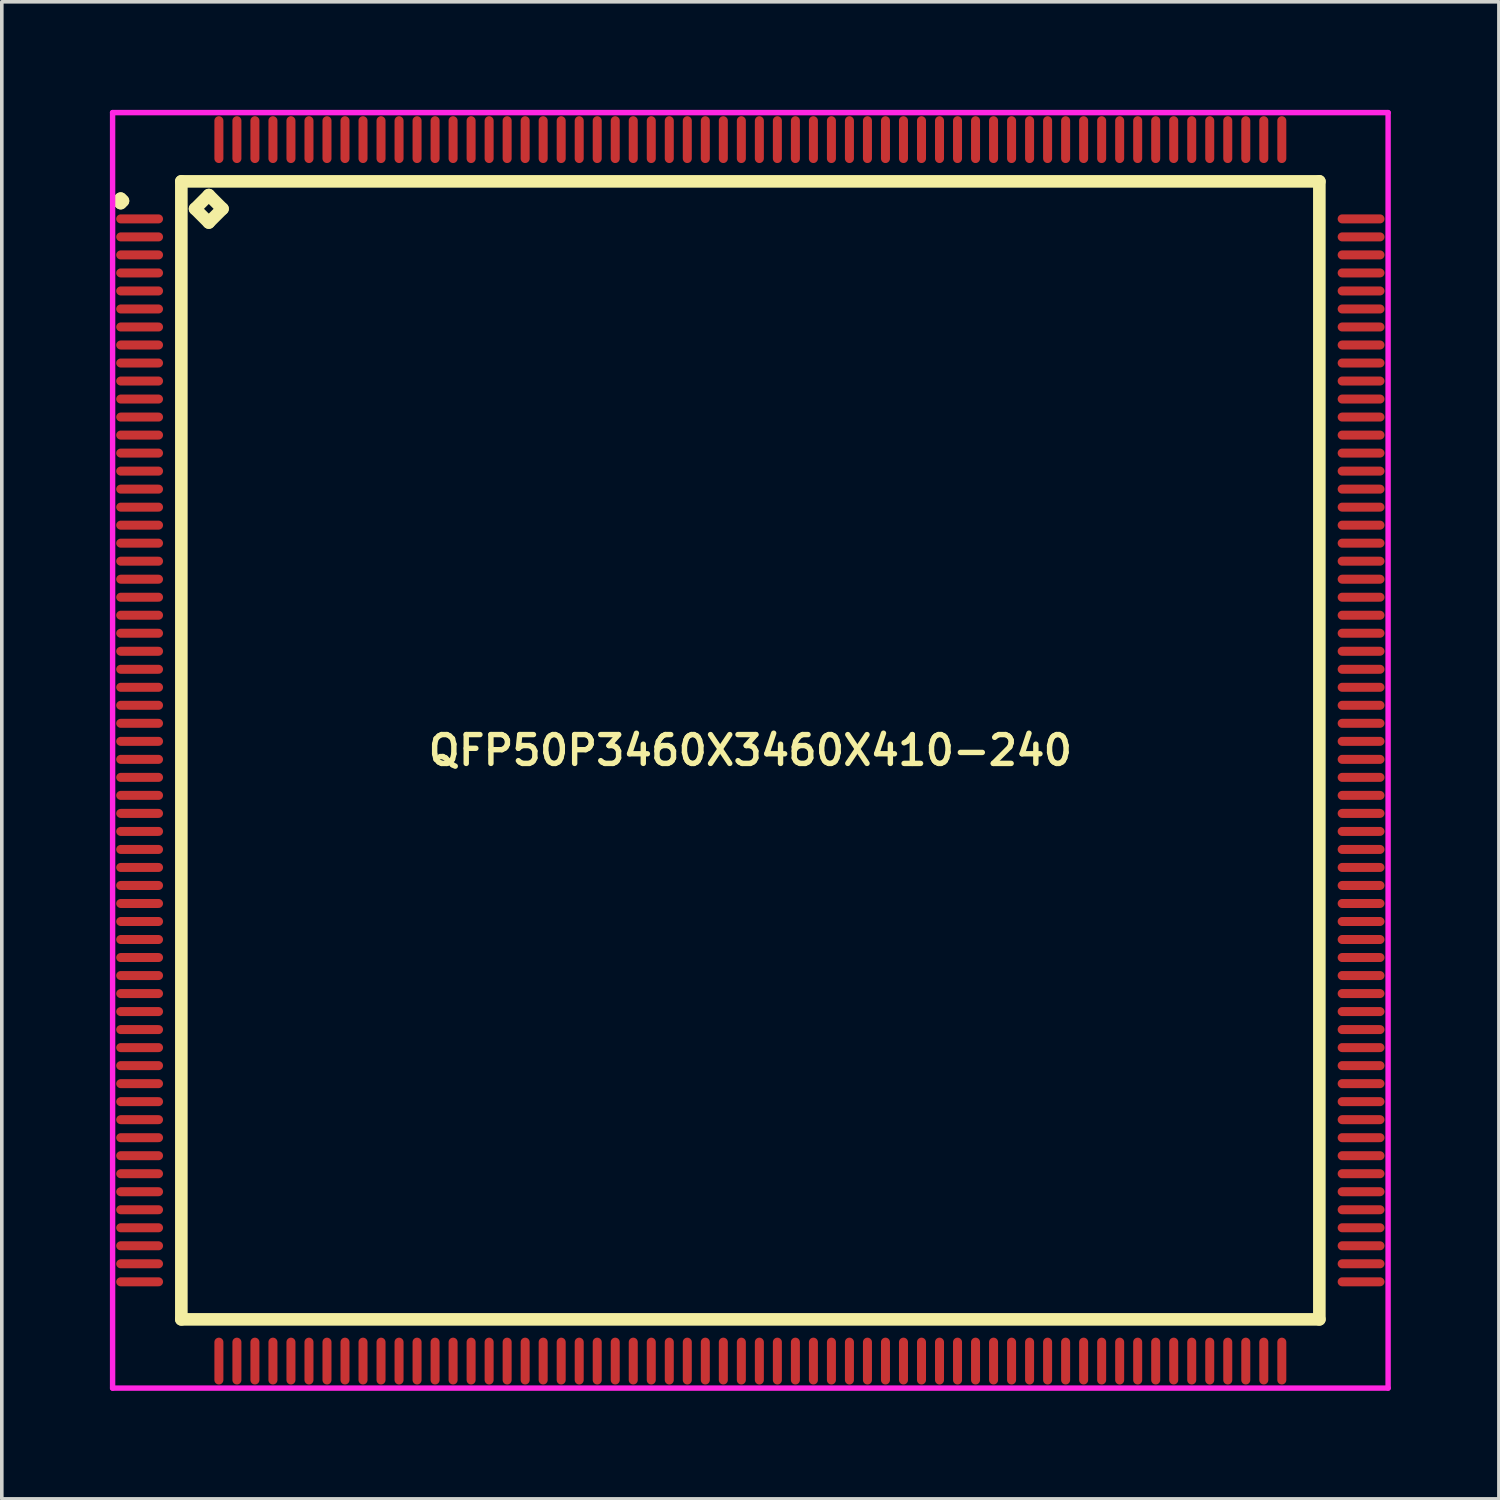
<source format=kicad_pcb>
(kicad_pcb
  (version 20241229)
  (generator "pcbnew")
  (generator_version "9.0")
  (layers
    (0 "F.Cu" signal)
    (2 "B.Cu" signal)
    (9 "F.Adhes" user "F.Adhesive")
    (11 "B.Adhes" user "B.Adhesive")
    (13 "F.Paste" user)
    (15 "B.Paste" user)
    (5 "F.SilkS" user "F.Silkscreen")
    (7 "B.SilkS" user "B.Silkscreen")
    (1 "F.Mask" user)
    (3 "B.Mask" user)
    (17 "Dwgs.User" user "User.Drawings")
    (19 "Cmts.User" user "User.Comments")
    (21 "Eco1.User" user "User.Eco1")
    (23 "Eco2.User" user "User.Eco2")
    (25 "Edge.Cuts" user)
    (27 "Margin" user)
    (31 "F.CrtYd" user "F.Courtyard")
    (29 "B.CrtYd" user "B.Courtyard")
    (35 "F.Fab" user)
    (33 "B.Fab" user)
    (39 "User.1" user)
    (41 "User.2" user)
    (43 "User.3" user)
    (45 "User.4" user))
  (footprint "QFP50P3460X3460X410-240"
    (layer "F.Cu")
    (at 17.775 17.775)
    (property "Reference" "QFP50P3460X3460X410-240" (at 0 0 0) (layer "F.SilkS") (effects (font (size 0.8 0.8) (thickness 0.15))))
    (attr smd)
    (fp_line (start -17.538 -15.25) (end -17.475 -15.312) (stroke (width 0.35) (type solid)) (layer "F.SilkS"))
    (fp_line (start -17.475 -15.312) (end -17.413 -15.25) (stroke (width 0.35) (type solid)) (layer "F.SilkS"))
    (fp_line (start -17.475 -15.188) (end -17.538 -15.25) (stroke (width 0.35) (type solid)) (layer "F.SilkS"))
    (fp_line (start -17.413 -15.25) (end -17.475 -15.188) (stroke (width 0.35) (type solid)) (layer "F.SilkS"))
    (fp_line (start -15.792 -15.792) (end -15.792 15.792) (stroke (width 0.35) (type solid)) (layer "F.SilkS"))
    (fp_line (start -15.792 15.792) (end 15.792 15.792) (stroke (width 0.35) (type solid)) (layer "F.SilkS"))
    (fp_line (start -15.411 -15.03) (end -15.03 -15.411) (stroke (width 0.35) (type solid)) (layer "F.SilkS"))
    (fp_line (start -15.03 -15.411) (end -14.649 -15.03) (stroke (width 0.35) (type solid)) (layer "F.SilkS"))
    (fp_line (start -15.03 -14.649) (end -15.411 -15.03) (stroke (width 0.35) (type solid)) (layer "F.SilkS"))
    (fp_line (start -14.649 -15.03) (end -15.03 -14.649) (stroke (width 0.35) (type solid)) (layer "F.SilkS"))
    (fp_line (start 15.792 -15.792) (end -15.792 -15.792) (stroke (width 0.35) (type solid)) (layer "F.SilkS"))
    (fp_line (start 15.792 15.792) (end 15.792 -15.792) (stroke (width 0.35) (type solid)) (layer "F.SilkS"))
    (fp_line (start -17.7 -17.7) (end 17.7 -17.7) (stroke (width 0.15) (type solid)) (layer "F.CrtYd"))
    (fp_line (start -17.7 17.7) (end -17.7 -17.7) (stroke (width 0.15) (type solid)) (layer "F.CrtYd"))
    (fp_line (start 17.7 -17.7) (end 17.7 17.7) (stroke (width 0.15) (type solid)) (layer "F.CrtYd"))
    (fp_line (start 17.7 17.7) (end -17.7 17.7) (stroke (width 0.15) (type solid)) (layer "F.CrtYd"))
    (pad "1" smd oval (at -16.95 -14.75) (size 1.3 0.25) (layers "F.Cu" "F.Mask" "F.Paste"))
    (pad "2" smd oval (at -16.95 -14.25) (size 1.3 0.25) (layers "F.Cu" "F.Mask" "F.Paste"))
    (pad "3" smd oval (at -16.95 -13.75) (size 1.3 0.25) (layers "F.Cu" "F.Mask" "F.Paste"))
    (pad "4" smd oval (at -16.95 -13.25) (size 1.3 0.25) (layers "F.Cu" "F.Mask" "F.Paste"))
    (pad "5" smd oval (at -16.95 -12.75) (size 1.3 0.25) (layers "F.Cu" "F.Mask" "F.Paste"))
    (pad "6" smd oval (at -16.95 -12.25) (size 1.3 0.25) (layers "F.Cu" "F.Mask" "F.Paste"))
    (pad "7" smd oval (at -16.95 -11.75) (size 1.3 0.25) (layers "F.Cu" "F.Mask" "F.Paste"))
    (pad "8" smd oval (at -16.95 -11.25) (size 1.3 0.25) (layers "F.Cu" "F.Mask" "F.Paste"))
    (pad "9" smd oval (at -16.95 -10.75) (size 1.3 0.25) (layers "F.Cu" "F.Mask" "F.Paste"))
    (pad "10" smd oval (at -16.95 -10.25) (size 1.3 0.25) (layers "F.Cu" "F.Mask" "F.Paste"))
    (pad "11" smd oval (at -16.95 -9.75) (size 1.3 0.25) (layers "F.Cu" "F.Mask" "F.Paste"))
    (pad "12" smd oval (at -16.95 -9.25) (size 1.3 0.25) (layers "F.Cu" "F.Mask" "F.Paste"))
    (pad "13" smd oval (at -16.95 -8.75) (size 1.3 0.25) (layers "F.Cu" "F.Mask" "F.Paste"))
    (pad "14" smd oval (at -16.95 -8.25) (size 1.3 0.25) (layers "F.Cu" "F.Mask" "F.Paste"))
    (pad "15" smd oval (at -16.95 -7.75) (size 1.3 0.25) (layers "F.Cu" "F.Mask" "F.Paste"))
    (pad "16" smd oval (at -16.95 -7.25) (size 1.3 0.25) (layers "F.Cu" "F.Mask" "F.Paste"))
    (pad "17" smd oval (at -16.95 -6.75) (size 1.3 0.25) (layers "F.Cu" "F.Mask" "F.Paste"))
    (pad "18" smd oval (at -16.95 -6.25) (size 1.3 0.25) (layers "F.Cu" "F.Mask" "F.Paste"))
    (pad "19" smd oval (at -16.95 -5.75) (size 1.3 0.25) (layers "F.Cu" "F.Mask" "F.Paste"))
    (pad "20" smd oval (at -16.95 -5.25) (size 1.3 0.25) (layers "F.Cu" "F.Mask" "F.Paste"))
    (pad "21" smd oval (at -16.95 -4.75) (size 1.3 0.25) (layers "F.Cu" "F.Mask" "F.Paste"))
    (pad "22" smd oval (at -16.95 -4.25) (size 1.3 0.25) (layers "F.Cu" "F.Mask" "F.Paste"))
    (pad "23" smd oval (at -16.95 -3.75) (size 1.3 0.25) (layers "F.Cu" "F.Mask" "F.Paste"))
    (pad "24" smd oval (at -16.95 -3.25) (size 1.3 0.25) (layers "F.Cu" "F.Mask" "F.Paste"))
    (pad "25" smd oval (at -16.95 -2.75) (size 1.3 0.25) (layers "F.Cu" "F.Mask" "F.Paste"))
    (pad "26" smd oval (at -16.95 -2.25) (size 1.3 0.25) (layers "F.Cu" "F.Mask" "F.Paste"))
    (pad "27" smd oval (at -16.95 -1.75) (size 1.3 0.25) (layers "F.Cu" "F.Mask" "F.Paste"))
    (pad "28" smd oval (at -16.95 -1.25) (size 1.3 0.25) (layers "F.Cu" "F.Mask" "F.Paste"))
    (pad "29" smd oval (at -16.95 -0.75) (size 1.3 0.25) (layers "F.Cu" "F.Mask" "F.Paste"))
    (pad "30" smd oval (at -16.95 -0.25) (size 1.3 0.25) (layers "F.Cu" "F.Mask" "F.Paste"))
    (pad "31" smd oval (at -16.95 0.25) (size 1.3 0.25) (layers "F.Cu" "F.Mask" "F.Paste"))
    (pad "32" smd oval (at -16.95 0.75) (size 1.3 0.25) (layers "F.Cu" "F.Mask" "F.Paste"))
    (pad "33" smd oval (at -16.95 1.25) (size 1.3 0.25) (layers "F.Cu" "F.Mask" "F.Paste"))
    (pad "34" smd oval (at -16.95 1.75) (size 1.3 0.25) (layers "F.Cu" "F.Mask" "F.Paste"))
    (pad "35" smd oval (at -16.95 2.25) (size 1.3 0.25) (layers "F.Cu" "F.Mask" "F.Paste"))
    (pad "36" smd oval (at -16.95 2.75) (size 1.3 0.25) (layers "F.Cu" "F.Mask" "F.Paste"))
    (pad "37" smd oval (at -16.95 3.25) (size 1.3 0.25) (layers "F.Cu" "F.Mask" "F.Paste"))
    (pad "38" smd oval (at -16.95 3.75) (size 1.3 0.25) (layers "F.Cu" "F.Mask" "F.Paste"))
    (pad "39" smd oval (at -16.95 4.25) (size 1.3 0.25) (layers "F.Cu" "F.Mask" "F.Paste"))
    (pad "40" smd oval (at -16.95 4.75) (size 1.3 0.25) (layers "F.Cu" "F.Mask" "F.Paste"))
    (pad "41" smd oval (at -16.95 5.25) (size 1.3 0.25) (layers "F.Cu" "F.Mask" "F.Paste"))
    (pad "42" smd oval (at -16.95 5.75) (size 1.3 0.25) (layers "F.Cu" "F.Mask" "F.Paste"))
    (pad "43" smd oval (at -16.95 6.25) (size 1.3 0.25) (layers "F.Cu" "F.Mask" "F.Paste"))
    (pad "44" smd oval (at -16.95 6.75) (size 1.3 0.25) (layers "F.Cu" "F.Mask" "F.Paste"))
    (pad "45" smd oval (at -16.95 7.25) (size 1.3 0.25) (layers "F.Cu" "F.Mask" "F.Paste"))
    (pad "46" smd oval (at -16.95 7.75) (size 1.3 0.25) (layers "F.Cu" "F.Mask" "F.Paste"))
    (pad "47" smd oval (at -16.95 8.25) (size 1.3 0.25) (layers "F.Cu" "F.Mask" "F.Paste"))
    (pad "48" smd oval (at -16.95 8.75) (size 1.3 0.25) (layers "F.Cu" "F.Mask" "F.Paste"))
    (pad "49" smd oval (at -16.95 9.25) (size 1.3 0.25) (layers "F.Cu" "F.Mask" "F.Paste"))
    (pad "50" smd oval (at -16.95 9.75) (size 1.3 0.25) (layers "F.Cu" "F.Mask" "F.Paste"))
    (pad "51" smd oval (at -16.95 10.25) (size 1.3 0.25) (layers "F.Cu" "F.Mask" "F.Paste"))
    (pad "52" smd oval (at -16.95 10.75) (size 1.3 0.25) (layers "F.Cu" "F.Mask" "F.Paste"))
    (pad "53" smd oval (at -16.95 11.25) (size 1.3 0.25) (layers "F.Cu" "F.Mask" "F.Paste"))
    (pad "54" smd oval (at -16.95 11.75) (size 1.3 0.25) (layers "F.Cu" "F.Mask" "F.Paste"))
    (pad "55" smd oval (at -16.95 12.25) (size 1.3 0.25) (layers "F.Cu" "F.Mask" "F.Paste"))
    (pad "56" smd oval (at -16.95 12.75) (size 1.3 0.25) (layers "F.Cu" "F.Mask" "F.Paste"))
    (pad "57" smd oval (at -16.95 13.25) (size 1.3 0.25) (layers "F.Cu" "F.Mask" "F.Paste"))
    (pad "58" smd oval (at -16.95 13.75) (size 1.3 0.25) (layers "F.Cu" "F.Mask" "F.Paste"))
    (pad "59" smd oval (at -16.95 14.25) (size 1.3 0.25) (layers "F.Cu" "F.Mask" "F.Paste"))
    (pad "60" smd oval (at -16.95 14.75) (size 1.3 0.25) (layers "F.Cu" "F.Mask" "F.Paste"))
    (pad "61" smd oval (at -14.75 16.95) (size 0.25 1.3) (layers "F.Cu" "F.Mask" "F.Paste"))
    (pad "62" smd oval (at -14.25 16.95) (size 0.25 1.3) (layers "F.Cu" "F.Mask" "F.Paste"))
    (pad "63" smd oval (at -13.75 16.95) (size 0.25 1.3) (layers "F.Cu" "F.Mask" "F.Paste"))
    (pad "64" smd oval (at -13.25 16.95) (size 0.25 1.3) (layers "F.Cu" "F.Mask" "F.Paste"))
    (pad "65" smd oval (at -12.75 16.95) (size 0.25 1.3) (layers "F.Cu" "F.Mask" "F.Paste"))
    (pad "66" smd oval (at -12.25 16.95) (size 0.25 1.3) (layers "F.Cu" "F.Mask" "F.Paste"))
    (pad "67" smd oval (at -11.75 16.95) (size 0.25 1.3) (layers "F.Cu" "F.Mask" "F.Paste"))
    (pad "68" smd oval (at -11.25 16.95) (size 0.25 1.3) (layers "F.Cu" "F.Mask" "F.Paste"))
    (pad "69" smd oval (at -10.75 16.95) (size 0.25 1.3) (layers "F.Cu" "F.Mask" "F.Paste"))
    (pad "70" smd oval (at -10.25 16.95) (size 0.25 1.3) (layers "F.Cu" "F.Mask" "F.Paste"))
    (pad "71" smd oval (at -9.75 16.95) (size 0.25 1.3) (layers "F.Cu" "F.Mask" "F.Paste"))
    (pad "72" smd oval (at -9.25 16.95) (size 0.25 1.3) (layers "F.Cu" "F.Mask" "F.Paste"))
    (pad "73" smd oval (at -8.75 16.95) (size 0.25 1.3) (layers "F.Cu" "F.Mask" "F.Paste"))
    (pad "74" smd oval (at -8.25 16.95) (size 0.25 1.3) (layers "F.Cu" "F.Mask" "F.Paste"))
    (pad "75" smd oval (at -7.75 16.95) (size 0.25 1.3) (layers "F.Cu" "F.Mask" "F.Paste"))
    (pad "76" smd oval (at -7.25 16.95) (size 0.25 1.3) (layers "F.Cu" "F.Mask" "F.Paste"))
    (pad "77" smd oval (at -6.75 16.95) (size 0.25 1.3) (layers "F.Cu" "F.Mask" "F.Paste"))
    (pad "78" smd oval (at -6.25 16.95) (size 0.25 1.3) (layers "F.Cu" "F.Mask" "F.Paste"))
    (pad "79" smd oval (at -5.75 16.95) (size 0.25 1.3) (layers "F.Cu" "F.Mask" "F.Paste"))
    (pad "80" smd oval (at -5.25 16.95) (size 0.25 1.3) (layers "F.Cu" "F.Mask" "F.Paste"))
    (pad "81" smd oval (at -4.75 16.95) (size 0.25 1.3) (layers "F.Cu" "F.Mask" "F.Paste"))
    (pad "82" smd oval (at -4.25 16.95) (size 0.25 1.3) (layers "F.Cu" "F.Mask" "F.Paste"))
    (pad "83" smd oval (at -3.75 16.95) (size 0.25 1.3) (layers "F.Cu" "F.Mask" "F.Paste"))
    (pad "84" smd oval (at -3.25 16.95) (size 0.25 1.3) (layers "F.Cu" "F.Mask" "F.Paste"))
    (pad "85" smd oval (at -2.75 16.95) (size 0.25 1.3) (layers "F.Cu" "F.Mask" "F.Paste"))
    (pad "86" smd oval (at -2.25 16.95) (size 0.25 1.3) (layers "F.Cu" "F.Mask" "F.Paste"))
    (pad "87" smd oval (at -1.75 16.95) (size 0.25 1.3) (layers "F.Cu" "F.Mask" "F.Paste"))
    (pad "88" smd oval (at -1.25 16.95) (size 0.25 1.3) (layers "F.Cu" "F.Mask" "F.Paste"))
    (pad "89" smd oval (at -0.75 16.95) (size 0.25 1.3) (layers "F.Cu" "F.Mask" "F.Paste"))
    (pad "90" smd oval (at -0.25 16.95) (size 0.25 1.3) (layers "F.Cu" "F.Mask" "F.Paste"))
    (pad "91" smd oval (at 0.25 16.95) (size 0.25 1.3) (layers "F.Cu" "F.Mask" "F.Paste"))
    (pad "92" smd oval (at 0.75 16.95) (size 0.25 1.3) (layers "F.Cu" "F.Mask" "F.Paste"))
    (pad "93" smd oval (at 1.25 16.95) (size 0.25 1.3) (layers "F.Cu" "F.Mask" "F.Paste"))
    (pad "94" smd oval (at 1.75 16.95) (size 0.25 1.3) (layers "F.Cu" "F.Mask" "F.Paste"))
    (pad "95" smd oval (at 2.25 16.95) (size 0.25 1.3) (layers "F.Cu" "F.Mask" "F.Paste"))
    (pad "96" smd oval (at 2.75 16.95) (size 0.25 1.3) (layers "F.Cu" "F.Mask" "F.Paste"))
    (pad "97" smd oval (at 3.25 16.95) (size 0.25 1.3) (layers "F.Cu" "F.Mask" "F.Paste"))
    (pad "98" smd oval (at 3.75 16.95) (size 0.25 1.3) (layers "F.Cu" "F.Mask" "F.Paste"))
    (pad "99" smd oval (at 4.25 16.95) (size 0.25 1.3) (layers "F.Cu" "F.Mask" "F.Paste"))
    (pad "100" smd oval (at 4.75 16.95) (size 0.25 1.3) (layers "F.Cu" "F.Mask" "F.Paste"))
    (pad "101" smd oval (at 5.25 16.95) (size 0.25 1.3) (layers "F.Cu" "F.Mask" "F.Paste"))
    (pad "102" smd oval (at 5.75 16.95) (size 0.25 1.3) (layers "F.Cu" "F.Mask" "F.Paste"))
    (pad "103" smd oval (at 6.25 16.95) (size 0.25 1.3) (layers "F.Cu" "F.Mask" "F.Paste"))
    (pad "104" smd oval (at 6.75 16.95) (size 0.25 1.3) (layers "F.Cu" "F.Mask" "F.Paste"))
    (pad "105" smd oval (at 7.25 16.95) (size 0.25 1.3) (layers "F.Cu" "F.Mask" "F.Paste"))
    (pad "106" smd oval (at 7.75 16.95) (size 0.25 1.3) (layers "F.Cu" "F.Mask" "F.Paste"))
    (pad "107" smd oval (at 8.25 16.95) (size 0.25 1.3) (layers "F.Cu" "F.Mask" "F.Paste"))
    (pad "108" smd oval (at 8.75 16.95) (size 0.25 1.3) (layers "F.Cu" "F.Mask" "F.Paste"))
    (pad "109" smd oval (at 9.25 16.95) (size 0.25 1.3) (layers "F.Cu" "F.Mask" "F.Paste"))
    (pad "110" smd oval (at 9.75 16.95) (size 0.25 1.3) (layers "F.Cu" "F.Mask" "F.Paste"))
    (pad "111" smd oval (at 10.25 16.95) (size 0.25 1.3) (layers "F.Cu" "F.Mask" "F.Paste"))
    (pad "112" smd oval (at 10.75 16.95) (size 0.25 1.3) (layers "F.Cu" "F.Mask" "F.Paste"))
    (pad "113" smd oval (at 11.25 16.95) (size 0.25 1.3) (layers "F.Cu" "F.Mask" "F.Paste"))
    (pad "114" smd oval (at 11.75 16.95) (size 0.25 1.3) (layers "F.Cu" "F.Mask" "F.Paste"))
    (pad "115" smd oval (at 12.25 16.95) (size 0.25 1.3) (layers "F.Cu" "F.Mask" "F.Paste"))
    (pad "116" smd oval (at 12.75 16.95) (size 0.25 1.3) (layers "F.Cu" "F.Mask" "F.Paste"))
    (pad "117" smd oval (at 13.25 16.95) (size 0.25 1.3) (layers "F.Cu" "F.Mask" "F.Paste"))
    (pad "118" smd oval (at 13.75 16.95) (size 0.25 1.3) (layers "F.Cu" "F.Mask" "F.Paste"))
    (pad "119" smd oval (at 14.25 16.95) (size 0.25 1.3) (layers "F.Cu" "F.Mask" "F.Paste"))
    (pad "120" smd oval (at 14.75 16.95) (size 0.25 1.3) (layers "F.Cu" "F.Mask" "F.Paste"))
    (pad "121" smd oval (at 16.95 14.75) (size 1.3 0.25) (layers "F.Cu" "F.Mask" "F.Paste"))
    (pad "122" smd oval (at 16.95 14.25) (size 1.3 0.25) (layers "F.Cu" "F.Mask" "F.Paste"))
    (pad "123" smd oval (at 16.95 13.75) (size 1.3 0.25) (layers "F.Cu" "F.Mask" "F.Paste"))
    (pad "124" smd oval (at 16.95 13.25) (size 1.3 0.25) (layers "F.Cu" "F.Mask" "F.Paste"))
    (pad "125" smd oval (at 16.95 12.75) (size 1.3 0.25) (layers "F.Cu" "F.Mask" "F.Paste"))
    (pad "126" smd oval (at 16.95 12.25) (size 1.3 0.25) (layers "F.Cu" "F.Mask" "F.Paste"))
    (pad "127" smd oval (at 16.95 11.75) (size 1.3 0.25) (layers "F.Cu" "F.Mask" "F.Paste"))
    (pad "128" smd oval (at 16.95 11.25) (size 1.3 0.25) (layers "F.Cu" "F.Mask" "F.Paste"))
    (pad "129" smd oval (at 16.95 10.75) (size 1.3 0.25) (layers "F.Cu" "F.Mask" "F.Paste"))
    (pad "130" smd oval (at 16.95 10.25) (size 1.3 0.25) (layers "F.Cu" "F.Mask" "F.Paste"))
    (pad "131" smd oval (at 16.95 9.75) (size 1.3 0.25) (layers "F.Cu" "F.Mask" "F.Paste"))
    (pad "132" smd oval (at 16.95 9.25) (size 1.3 0.25) (layers "F.Cu" "F.Mask" "F.Paste"))
    (pad "133" smd oval (at 16.95 8.75) (size 1.3 0.25) (layers "F.Cu" "F.Mask" "F.Paste"))
    (pad "134" smd oval (at 16.95 8.25) (size 1.3 0.25) (layers "F.Cu" "F.Mask" "F.Paste"))
    (pad "135" smd oval (at 16.95 7.75) (size 1.3 0.25) (layers "F.Cu" "F.Mask" "F.Paste"))
    (pad "136" smd oval (at 16.95 7.25) (size 1.3 0.25) (layers "F.Cu" "F.Mask" "F.Paste"))
    (pad "137" smd oval (at 16.95 6.75) (size 1.3 0.25) (layers "F.Cu" "F.Mask" "F.Paste"))
    (pad "138" smd oval (at 16.95 6.25) (size 1.3 0.25) (layers "F.Cu" "F.Mask" "F.Paste"))
    (pad "139" smd oval (at 16.95 5.75) (size 1.3 0.25) (layers "F.Cu" "F.Mask" "F.Paste"))
    (pad "140" smd oval (at 16.95 5.25) (size 1.3 0.25) (layers "F.Cu" "F.Mask" "F.Paste"))
    (pad "141" smd oval (at 16.95 4.75) (size 1.3 0.25) (layers "F.Cu" "F.Mask" "F.Paste"))
    (pad "142" smd oval (at 16.95 4.25) (size 1.3 0.25) (layers "F.Cu" "F.Mask" "F.Paste"))
    (pad "143" smd oval (at 16.95 3.75) (size 1.3 0.25) (layers "F.Cu" "F.Mask" "F.Paste"))
    (pad "144" smd oval (at 16.95 3.25) (size 1.3 0.25) (layers "F.Cu" "F.Mask" "F.Paste"))
    (pad "145" smd oval (at 16.95 2.75) (size 1.3 0.25) (layers "F.Cu" "F.Mask" "F.Paste"))
    (pad "146" smd oval (at 16.95 2.25) (size 1.3 0.25) (layers "F.Cu" "F.Mask" "F.Paste"))
    (pad "147" smd oval (at 16.95 1.75) (size 1.3 0.25) (layers "F.Cu" "F.Mask" "F.Paste"))
    (pad "148" smd oval (at 16.95 1.25) (size 1.3 0.25) (layers "F.Cu" "F.Mask" "F.Paste"))
    (pad "149" smd oval (at 16.95 0.75) (size 1.3 0.25) (layers "F.Cu" "F.Mask" "F.Paste"))
    (pad "150" smd oval (at 16.95 0.25) (size 1.3 0.25) (layers "F.Cu" "F.Mask" "F.Paste"))
    (pad "151" smd oval (at 16.95 -0.25) (size 1.3 0.25) (layers "F.Cu" "F.Mask" "F.Paste"))
    (pad "152" smd oval (at 16.95 -0.75) (size 1.3 0.25) (layers "F.Cu" "F.Mask" "F.Paste"))
    (pad "153" smd oval (at 16.95 -1.25) (size 1.3 0.25) (layers "F.Cu" "F.Mask" "F.Paste"))
    (pad "154" smd oval (at 16.95 -1.75) (size 1.3 0.25) (layers "F.Cu" "F.Mask" "F.Paste"))
    (pad "155" smd oval (at 16.95 -2.25) (size 1.3 0.25) (layers "F.Cu" "F.Mask" "F.Paste"))
    (pad "156" smd oval (at 16.95 -2.75) (size 1.3 0.25) (layers "F.Cu" "F.Mask" "F.Paste"))
    (pad "157" smd oval (at 16.95 -3.25) (size 1.3 0.25) (layers "F.Cu" "F.Mask" "F.Paste"))
    (pad "158" smd oval (at 16.95 -3.75) (size 1.3 0.25) (layers "F.Cu" "F.Mask" "F.Paste"))
    (pad "159" smd oval (at 16.95 -4.25) (size 1.3 0.25) (layers "F.Cu" "F.Mask" "F.Paste"))
    (pad "160" smd oval (at 16.95 -4.75) (size 1.3 0.25) (layers "F.Cu" "F.Mask" "F.Paste"))
    (pad "161" smd oval (at 16.95 -5.25) (size 1.3 0.25) (layers "F.Cu" "F.Mask" "F.Paste"))
    (pad "162" smd oval (at 16.95 -5.75) (size 1.3 0.25) (layers "F.Cu" "F.Mask" "F.Paste"))
    (pad "163" smd oval (at 16.95 -6.25) (size 1.3 0.25) (layers "F.Cu" "F.Mask" "F.Paste"))
    (pad "164" smd oval (at 16.95 -6.75) (size 1.3 0.25) (layers "F.Cu" "F.Mask" "F.Paste"))
    (pad "165" smd oval (at 16.95 -7.25) (size 1.3 0.25) (layers "F.Cu" "F.Mask" "F.Paste"))
    (pad "166" smd oval (at 16.95 -7.75) (size 1.3 0.25) (layers "F.Cu" "F.Mask" "F.Paste"))
    (pad "167" smd oval (at 16.95 -8.25) (size 1.3 0.25) (layers "F.Cu" "F.Mask" "F.Paste"))
    (pad "168" smd oval (at 16.95 -8.75) (size 1.3 0.25) (layers "F.Cu" "F.Mask" "F.Paste"))
    (pad "169" smd oval (at 16.95 -9.25) (size 1.3 0.25) (layers "F.Cu" "F.Mask" "F.Paste"))
    (pad "170" smd oval (at 16.95 -9.75) (size 1.3 0.25) (layers "F.Cu" "F.Mask" "F.Paste"))
    (pad "171" smd oval (at 16.95 -10.25) (size 1.3 0.25) (layers "F.Cu" "F.Mask" "F.Paste"))
    (pad "172" smd oval (at 16.95 -10.75) (size 1.3 0.25) (layers "F.Cu" "F.Mask" "F.Paste"))
    (pad "173" smd oval (at 16.95 -11.25) (size 1.3 0.25) (layers "F.Cu" "F.Mask" "F.Paste"))
    (pad "174" smd oval (at 16.95 -11.75) (size 1.3 0.25) (layers "F.Cu" "F.Mask" "F.Paste"))
    (pad "175" smd oval (at 16.95 -12.25) (size 1.3 0.25) (layers "F.Cu" "F.Mask" "F.Paste"))
    (pad "176" smd oval (at 16.95 -12.75) (size 1.3 0.25) (layers "F.Cu" "F.Mask" "F.Paste"))
    (pad "177" smd oval (at 16.95 -13.25) (size 1.3 0.25) (layers "F.Cu" "F.Mask" "F.Paste"))
    (pad "178" smd oval (at 16.95 -13.75) (size 1.3 0.25) (layers "F.Cu" "F.Mask" "F.Paste"))
    (pad "179" smd oval (at 16.95 -14.25) (size 1.3 0.25) (layers "F.Cu" "F.Mask" "F.Paste"))
    (pad "180" smd oval (at 16.95 -14.75) (size 1.3 0.25) (layers "F.Cu" "F.Mask" "F.Paste"))
    (pad "181" smd oval (at 14.75 -16.95) (size 0.25 1.3) (layers "F.Cu" "F.Mask" "F.Paste"))
    (pad "182" smd oval (at 14.25 -16.95) (size 0.25 1.3) (layers "F.Cu" "F.Mask" "F.Paste"))
    (pad "183" smd oval (at 13.75 -16.95) (size 0.25 1.3) (layers "F.Cu" "F.Mask" "F.Paste"))
    (pad "184" smd oval (at 13.25 -16.95) (size 0.25 1.3) (layers "F.Cu" "F.Mask" "F.Paste"))
    (pad "185" smd oval (at 12.75 -16.95) (size 0.25 1.3) (layers "F.Cu" "F.Mask" "F.Paste"))
    (pad "186" smd oval (at 12.25 -16.95) (size 0.25 1.3) (layers "F.Cu" "F.Mask" "F.Paste"))
    (pad "187" smd oval (at 11.75 -16.95) (size 0.25 1.3) (layers "F.Cu" "F.Mask" "F.Paste"))
    (pad "188" smd oval (at 11.25 -16.95) (size 0.25 1.3) (layers "F.Cu" "F.Mask" "F.Paste"))
    (pad "189" smd oval (at 10.75 -16.95) (size 0.25 1.3) (layers "F.Cu" "F.Mask" "F.Paste"))
    (pad "190" smd oval (at 10.25 -16.95) (size 0.25 1.3) (layers "F.Cu" "F.Mask" "F.Paste"))
    (pad "191" smd oval (at 9.75 -16.95) (size 0.25 1.3) (layers "F.Cu" "F.Mask" "F.Paste"))
    (pad "192" smd oval (at 9.25 -16.95) (size 0.25 1.3) (layers "F.Cu" "F.Mask" "F.Paste"))
    (pad "193" smd oval (at 8.75 -16.95) (size 0.25 1.3) (layers "F.Cu" "F.Mask" "F.Paste"))
    (pad "194" smd oval (at 8.25 -16.95) (size 0.25 1.3) (layers "F.Cu" "F.Mask" "F.Paste"))
    (pad "195" smd oval (at 7.75 -16.95) (size 0.25 1.3) (layers "F.Cu" "F.Mask" "F.Paste"))
    (pad "196" smd oval (at 7.25 -16.95) (size 0.25 1.3) (layers "F.Cu" "F.Mask" "F.Paste"))
    (pad "197" smd oval (at 6.75 -16.95) (size 0.25 1.3) (layers "F.Cu" "F.Mask" "F.Paste"))
    (pad "198" smd oval (at 6.25 -16.95) (size 0.25 1.3) (layers "F.Cu" "F.Mask" "F.Paste"))
    (pad "199" smd oval (at 5.75 -16.95) (size 0.25 1.3) (layers "F.Cu" "F.Mask" "F.Paste"))
    (pad "200" smd oval (at 5.25 -16.95) (size 0.25 1.3) (layers "F.Cu" "F.Mask" "F.Paste"))
    (pad "201" smd oval (at 4.75 -16.95) (size 0.25 1.3) (layers "F.Cu" "F.Mask" "F.Paste"))
    (pad "202" smd oval (at 4.25 -16.95) (size 0.25 1.3) (layers "F.Cu" "F.Mask" "F.Paste"))
    (pad "203" smd oval (at 3.75 -16.95) (size 0.25 1.3) (layers "F.Cu" "F.Mask" "F.Paste"))
    (pad "204" smd oval (at 3.25 -16.95) (size 0.25 1.3) (layers "F.Cu" "F.Mask" "F.Paste"))
    (pad "205" smd oval (at 2.75 -16.95) (size 0.25 1.3) (layers "F.Cu" "F.Mask" "F.Paste"))
    (pad "206" smd oval (at 2.25 -16.95) (size 0.25 1.3) (layers "F.Cu" "F.Mask" "F.Paste"))
    (pad "207" smd oval (at 1.75 -16.95) (size 0.25 1.3) (layers "F.Cu" "F.Mask" "F.Paste"))
    (pad "208" smd oval (at 1.25 -16.95) (size 0.25 1.3) (layers "F.Cu" "F.Mask" "F.Paste"))
    (pad "209" smd oval (at 0.75 -16.95) (size 0.25 1.3) (layers "F.Cu" "F.Mask" "F.Paste"))
    (pad "210" smd oval (at 0.25 -16.95) (size 0.25 1.3) (layers "F.Cu" "F.Mask" "F.Paste"))
    (pad "211" smd oval (at -0.25 -16.95) (size 0.25 1.3) (layers "F.Cu" "F.Mask" "F.Paste"))
    (pad "212" smd oval (at -0.75 -16.95) (size 0.25 1.3) (layers "F.Cu" "F.Mask" "F.Paste"))
    (pad "213" smd oval (at -1.25 -16.95) (size 0.25 1.3) (layers "F.Cu" "F.Mask" "F.Paste"))
    (pad "214" smd oval (at -1.75 -16.95) (size 0.25 1.3) (layers "F.Cu" "F.Mask" "F.Paste"))
    (pad "215" smd oval (at -2.25 -16.95) (size 0.25 1.3) (layers "F.Cu" "F.Mask" "F.Paste"))
    (pad "216" smd oval (at -2.75 -16.95) (size 0.25 1.3) (layers "F.Cu" "F.Mask" "F.Paste"))
    (pad "217" smd oval (at -3.25 -16.95) (size 0.25 1.3) (layers "F.Cu" "F.Mask" "F.Paste"))
    (pad "218" smd oval (at -3.75 -16.95) (size 0.25 1.3) (layers "F.Cu" "F.Mask" "F.Paste"))
    (pad "219" smd oval (at -4.25 -16.95) (size 0.25 1.3) (layers "F.Cu" "F.Mask" "F.Paste"))
    (pad "220" smd oval (at -4.75 -16.95) (size 0.25 1.3) (layers "F.Cu" "F.Mask" "F.Paste"))
    (pad "221" smd oval (at -5.25 -16.95) (size 0.25 1.3) (layers "F.Cu" "F.Mask" "F.Paste"))
    (pad "222" smd oval (at -5.75 -16.95) (size 0.25 1.3) (layers "F.Cu" "F.Mask" "F.Paste"))
    (pad "223" smd oval (at -6.25 -16.95) (size 0.25 1.3) (layers "F.Cu" "F.Mask" "F.Paste"))
    (pad "224" smd oval (at -6.75 -16.95) (size 0.25 1.3) (layers "F.Cu" "F.Mask" "F.Paste"))
    (pad "225" smd oval (at -7.25 -16.95) (size 0.25 1.3) (layers "F.Cu" "F.Mask" "F.Paste"))
    (pad "226" smd oval (at -7.75 -16.95) (size 0.25 1.3) (layers "F.Cu" "F.Mask" "F.Paste"))
    (pad "227" smd oval (at -8.25 -16.95) (size 0.25 1.3) (layers "F.Cu" "F.Mask" "F.Paste"))
    (pad "228" smd oval (at -8.75 -16.95) (size 0.25 1.3) (layers "F.Cu" "F.Mask" "F.Paste"))
    (pad "229" smd oval (at -9.25 -16.95) (size 0.25 1.3) (layers "F.Cu" "F.Mask" "F.Paste"))
    (pad "230" smd oval (at -9.75 -16.95) (size 0.25 1.3) (layers "F.Cu" "F.Mask" "F.Paste"))
    (pad "231" smd oval (at -10.25 -16.95) (size 0.25 1.3) (layers "F.Cu" "F.Mask" "F.Paste"))
    (pad "232" smd oval (at -10.75 -16.95) (size 0.25 1.3) (layers "F.Cu" "F.Mask" "F.Paste"))
    (pad "233" smd oval (at -11.25 -16.95) (size 0.25 1.3) (layers "F.Cu" "F.Mask" "F.Paste"))
    (pad "234" smd oval (at -11.75 -16.95) (size 0.25 1.3) (layers "F.Cu" "F.Mask" "F.Paste"))
    (pad "235" smd oval (at -12.25 -16.95) (size 0.25 1.3) (layers "F.Cu" "F.Mask" "F.Paste"))
    (pad "236" smd oval (at -12.75 -16.95) (size 0.25 1.3) (layers "F.Cu" "F.Mask" "F.Paste"))
    (pad "237" smd oval (at -13.25 -16.95) (size 0.25 1.3) (layers "F.Cu" "F.Mask" "F.Paste"))
    (pad "238" smd oval (at -13.75 -16.95) (size 0.25 1.3) (layers "F.Cu" "F.Mask" "F.Paste"))
    (pad "239" smd oval (at -14.25 -16.95) (size 0.25 1.3) (layers "F.Cu" "F.Mask" "F.Paste"))
    (pad "240" smd oval (at -14.75 -16.95) (size 0.25 1.3) (layers "F.Cu" "F.Mask" "F.Paste")))
  (gr_rect
    (start -3 -3)
    (end 38.55 38.55)
    (stroke (width 0.1) (type default))
    (fill no)
    (layer "Edge.Cuts")))
</source>
